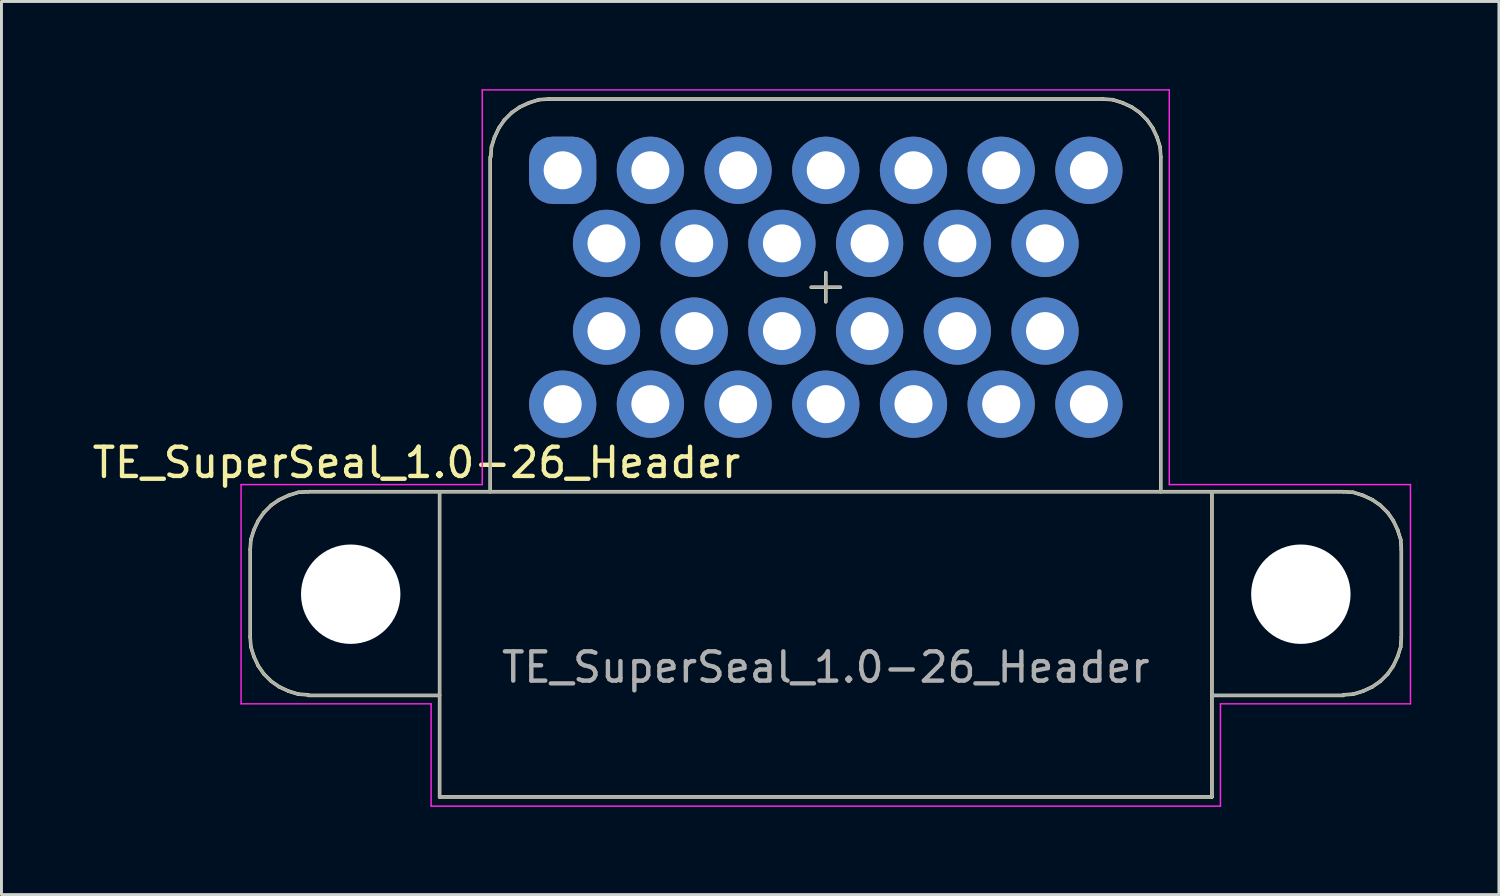
<source format=kicad_pcb>
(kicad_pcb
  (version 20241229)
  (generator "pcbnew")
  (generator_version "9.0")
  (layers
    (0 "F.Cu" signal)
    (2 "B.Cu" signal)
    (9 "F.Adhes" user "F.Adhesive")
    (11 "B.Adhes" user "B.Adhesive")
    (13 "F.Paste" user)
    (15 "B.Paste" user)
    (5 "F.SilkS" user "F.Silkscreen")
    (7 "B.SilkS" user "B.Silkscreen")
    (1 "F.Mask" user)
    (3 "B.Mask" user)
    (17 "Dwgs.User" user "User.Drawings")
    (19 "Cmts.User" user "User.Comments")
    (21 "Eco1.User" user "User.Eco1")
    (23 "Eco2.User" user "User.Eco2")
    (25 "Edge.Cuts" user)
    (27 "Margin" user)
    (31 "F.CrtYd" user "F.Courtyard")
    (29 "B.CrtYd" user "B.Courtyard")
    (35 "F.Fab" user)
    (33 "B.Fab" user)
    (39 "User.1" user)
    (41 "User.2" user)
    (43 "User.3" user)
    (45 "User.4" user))
  (footprint "TE_SuperSeal_1.0-26_Header"
    (layer "F.Cu")
    (at 16.196 2.775)
    (property "Reference" "TE_SuperSeal_1.0-26_Header" (at -5 10 0) (layer "F.SilkS") (effects (font (size 1 1) (thickness 0.15))))
    (attr through_hole)
    (fp_line (start -10.687 15.963) (end -10.687 12.973) (stroke (width 0.12) (type solid)) (layer "F.SilkS"))
    (fp_line (start -10.687 15.963) (end -10.666 16.299) (stroke (width 0.12) (type solid)) (layer "F.SilkS"))
    (fp_line (start -10.666 12.636) (end -10.687 12.973) (stroke (width 0.12) (type solid)) (layer "F.SilkS"))
    (fp_line (start -10.666 16.299) (end -10.56 16.636) (stroke (width 0.12) (type solid)) (layer "F.SilkS"))
    (fp_line (start -10.56 12.299) (end -10.666 12.636) (stroke (width 0.12) (type solid)) (layer "F.SilkS"))
    (fp_line (start -10.56 16.636) (end -10.412 16.952) (stroke (width 0.12) (type solid)) (layer "F.SilkS"))
    (fp_line (start -10.412 11.984) (end -10.56 12.299) (stroke (width 0.12) (type solid)) (layer "F.SilkS"))
    (fp_line (start -10.412 16.952) (end -10.222 17.226) (stroke (width 0.12) (type solid)) (layer "F.SilkS"))
    (fp_line (start -10.222 11.71) (end -10.412 11.984) (stroke (width 0.12) (type solid)) (layer "F.SilkS"))
    (fp_line (start -10.222 17.226) (end -9.969 17.478) (stroke (width 0.12) (type solid)) (layer "F.SilkS"))
    (fp_line (start -9.969 11.457) (end -10.222 11.71) (stroke (width 0.12) (type solid)) (layer "F.SilkS"))
    (fp_line (start -9.969 17.478) (end -9.695 17.668) (stroke (width 0.12) (type solid)) (layer "F.SilkS"))
    (fp_line (start -9.695 11.268) (end -9.969 11.457) (stroke (width 0.12) (type solid)) (layer "F.SilkS"))
    (fp_line (start -9.695 17.668) (end -9.379 17.815) (stroke (width 0.12) (type solid)) (layer "F.SilkS"))
    (fp_line (start -9.379 11.121) (end -9.695 11.268) (stroke (width 0.12) (type solid)) (layer "F.SilkS"))
    (fp_line (start -9.379 17.815) (end -9.041 17.92) (stroke (width 0.12) (type solid)) (layer "F.SilkS"))
    (fp_line (start -9.041 11.015) (end -9.379 11.121) (stroke (width 0.12) (type solid)) (layer "F.SilkS"))
    (fp_line (start -9.041 17.92) (end -8.703 17.941) (stroke (width 0.12) (type solid)) (layer "F.SilkS"))
    (fp_line (start -8.703 10.994) (end -9.041 11.015) (stroke (width 0.12) (type solid)) (layer "F.SilkS"))
    (fp_line (start -4.209 17.962) (end -8.703 17.962) (stroke (width 0.12) (type solid)) (layer "F.SilkS"))
    (fp_line (start -4.209 21.436) (end -4.209 10.994) (stroke (width 0.12) (type solid)) (layer "F.SilkS"))
    (fp_line (start -2.479 10.994) (end -2.479 -0.458) (stroke (width 0.12) (type solid)) (layer "F.SilkS"))
    (fp_line (start -2.436 -0.795) (end -2.458 -0.458) (stroke (width 0.12) (type solid)) (layer "F.SilkS"))
    (fp_line (start -2.331 -1.131) (end -2.436 -0.795) (stroke (width 0.12) (type solid)) (layer "F.SilkS"))
    (fp_line (start -2.183 -1.447) (end -2.331 -1.131) (stroke (width 0.12) (type solid)) (layer "F.SilkS"))
    (fp_line (start -1.993 -1.721) (end -2.183 -1.447) (stroke (width 0.12) (type solid)) (layer "F.SilkS"))
    (fp_line (start -1.74 -1.974) (end -1.993 -1.721) (stroke (width 0.12) (type solid)) (layer "F.SilkS"))
    (fp_line (start -1.466 -2.163) (end -1.74 -1.974) (stroke (width 0.12) (type solid)) (layer "F.SilkS"))
    (fp_line (start -1.149 -2.31) (end -1.466 -2.163) (stroke (width 0.12) (type solid)) (layer "F.SilkS"))
    (fp_line (start -0.812 -2.416) (end -1.149 -2.31) (stroke (width 0.12) (type solid)) (layer "F.SilkS"))
    (fp_line (start -0.474 -2.437) (end -0.812 -2.416) (stroke (width 0.12) (type solid)) (layer "F.SilkS"))
    (fp_line (start -0.474 -2.437) (end 18.474 -2.437) (stroke (width 0.12) (type solid)) (layer "F.SilkS"))
    (fp_line (start 8.5 4) (end 9.5 4) (stroke (width 0.12) (type solid)) (layer "F.SilkS"))
    (fp_line (start 9 4.5) (end 9 3.5) (stroke (width 0.12) (type solid)) (layer "F.SilkS"))
    (fp_line (start 18.812 -2.416) (end 18.474 -2.436) (stroke (width 0.12) (type solid)) (layer "F.SilkS"))
    (fp_line (start 19.149 -2.31) (end 18.812 -2.416) (stroke (width 0.12) (type solid)) (layer "F.SilkS"))
    (fp_line (start 19.466 -2.163) (end 19.149 -2.31) (stroke (width 0.12) (type solid)) (layer "F.SilkS"))
    (fp_line (start 19.74 -1.974) (end 19.466 -2.163) (stroke (width 0.12) (type solid)) (layer "F.SilkS"))
    (fp_line (start 19.993 -1.721) (end 19.74 -1.974) (stroke (width 0.12) (type solid)) (layer "F.SilkS"))
    (fp_line (start 20.183 -1.447) (end 19.993 -1.721) (stroke (width 0.12) (type solid)) (layer "F.SilkS"))
    (fp_line (start 20.331 -1.131) (end 20.183 -1.447) (stroke (width 0.12) (type solid)) (layer "F.SilkS"))
    (fp_line (start 20.436 -0.794) (end 20.331 -1.131) (stroke (width 0.12) (type solid)) (layer "F.SilkS"))
    (fp_line (start 20.458 -0.458) (end 20.436 -0.794) (stroke (width 0.12) (type solid)) (layer "F.SilkS"))
    (fp_line (start 20.458 10.994) (end 20.458 -0.458) (stroke (width 0.12) (type solid)) (layer "F.SilkS"))
    (fp_line (start 22.209 17.962) (end 26.703 17.962) (stroke (width 0.12) (type solid)) (layer "F.SilkS"))
    (fp_line (start 22.209 21.436) (end -4.209 21.436) (stroke (width 0.12) (type solid)) (layer "F.SilkS"))
    (fp_line (start 22.209 21.436) (end 22.209 10.994) (stroke (width 0.12) (type solid)) (layer "F.SilkS"))
    (fp_line (start 26.703 10.994) (end -8.703 10.994) (stroke (width 0.12) (type solid)) (layer "F.SilkS"))
    (fp_line (start 26.703 17.941) (end 27.041 17.92) (stroke (width 0.12) (type solid)) (layer "F.SilkS"))
    (fp_line (start 27.041 11.015) (end 26.703 10.994) (stroke (width 0.12) (type solid)) (layer "F.SilkS"))
    (fp_line (start 27.041 17.92) (end 27.379 17.815) (stroke (width 0.12) (type solid)) (layer "F.SilkS"))
    (fp_line (start 27.379 11.121) (end 27.041 11.015) (stroke (width 0.12) (type solid)) (layer "F.SilkS"))
    (fp_line (start 27.379 17.815) (end 27.695 17.668) (stroke (width 0.12) (type solid)) (layer "F.SilkS"))
    (fp_line (start 27.695 11.268) (end 27.379 11.121) (stroke (width 0.12) (type solid)) (layer "F.SilkS"))
    (fp_line (start 27.695 17.668) (end 27.969 17.478) (stroke (width 0.12) (type solid)) (layer "F.SilkS"))
    (fp_line (start 27.969 11.458) (end 27.695 11.268) (stroke (width 0.12) (type solid)) (layer "F.SilkS"))
    (fp_line (start 27.969 17.478) (end 28.222 17.226) (stroke (width 0.12) (type solid)) (layer "F.SilkS"))
    (fp_line (start 28.222 11.71) (end 27.969 11.458) (stroke (width 0.12) (type solid)) (layer "F.SilkS"))
    (fp_line (start 28.222 17.226) (end 28.412 16.952) (stroke (width 0.12) (type solid)) (layer "F.SilkS"))
    (fp_line (start 28.412 11.984) (end 28.222 11.71) (stroke (width 0.12) (type solid)) (layer "F.SilkS"))
    (fp_line (start 28.412 16.952) (end 28.56 16.636) (stroke (width 0.12) (type solid)) (layer "F.SilkS"))
    (fp_line (start 28.56 12.299) (end 28.412 11.984) (stroke (width 0.12) (type solid)) (layer "F.SilkS"))
    (fp_line (start 28.56 16.636) (end 28.666 16.3) (stroke (width 0.12) (type solid)) (layer "F.SilkS"))
    (fp_line (start 28.666 12.636) (end 28.56 12.299) (stroke (width 0.12) (type solid)) (layer "F.SilkS"))
    (fp_line (start 28.666 16.3) (end 28.687 15.963) (stroke (width 0.12) (type solid)) (layer "F.SilkS"))
    (fp_line (start 28.687 12.973) (end 28.666 12.636) (stroke (width 0.12) (type solid)) (layer "F.SilkS"))
    (fp_line (start 28.687 15.963) (end 28.687 12.973) (stroke (width 0.12) (type solid)) (layer "F.SilkS"))
    (fp_line (start -11 10.75) (end -11 18.25) (stroke (width 0.05) (type solid)) (layer "F.CrtYd"))
    (fp_line (start -11 18.25) (end -4.5 18.25) (stroke (width 0.05) (type solid)) (layer "F.CrtYd"))
    (fp_line (start -4.5 18.25) (end -4.5 21.75) (stroke (width 0.05) (type solid)) (layer "F.CrtYd"))
    (fp_line (start -4.5 21.75) (end 22.5 21.75) (stroke (width 0.05) (type solid)) (layer "F.CrtYd"))
    (fp_line (start -2.75 -2.75) (end -2.75 10.75) (stroke (width 0.05) (type solid)) (layer "F.CrtYd"))
    (fp_line (start -2.75 10.75) (end -11 10.75) (stroke (width 0.05) (type solid)) (layer "F.CrtYd"))
    (fp_line (start 20.75 -2.75) (end -2.75 -2.75) (stroke (width 0.05) (type solid)) (layer "F.CrtYd"))
    (fp_line (start 20.75 10.75) (end 20.75 -2.75) (stroke (width 0.05) (type solid)) (layer "F.CrtYd"))
    (fp_line (start 22.5 18.25) (end 29 18.25) (stroke (width 0.05) (type solid)) (layer "F.CrtYd"))
    (fp_line (start 22.5 21.75) (end 22.5 18.25) (stroke (width 0.05) (type solid)) (layer "F.CrtYd"))
    (fp_line (start 29 10.75) (end 20.75 10.75) (stroke (width 0.05) (type solid)) (layer "F.CrtYd"))
    (fp_line (start 29 18.25) (end 29 10.75) (stroke (width 0.05) (type solid)) (layer "F.CrtYd"))
    (fp_line (start -10.687 15.963) (end -10.687 12.973) (stroke (width 0.1) (type solid)) (layer "F.Fab"))
    (fp_line (start -10.687 15.963) (end -10.666 16.299) (stroke (width 0.1) (type solid)) (layer "F.Fab"))
    (fp_line (start -10.666 12.636) (end -10.687 12.973) (stroke (width 0.1) (type solid)) (layer "F.Fab"))
    (fp_line (start -10.666 16.299) (end -10.56 16.636) (stroke (width 0.1) (type solid)) (layer "F.Fab"))
    (fp_line (start -10.56 12.299) (end -10.666 12.636) (stroke (width 0.1) (type solid)) (layer "F.Fab"))
    (fp_line (start -10.56 16.636) (end -10.412 16.952) (stroke (width 0.1) (type solid)) (layer "F.Fab"))
    (fp_line (start -10.412 11.984) (end -10.56 12.299) (stroke (width 0.1) (type solid)) (layer "F.Fab"))
    (fp_line (start -10.412 16.952) (end -10.222 17.226) (stroke (width 0.1) (type solid)) (layer "F.Fab"))
    (fp_line (start -10.222 11.71) (end -10.412 11.984) (stroke (width 0.1) (type solid)) (layer "F.Fab"))
    (fp_line (start -10.222 17.226) (end -9.969 17.478) (stroke (width 0.1) (type solid)) (layer "F.Fab"))
    (fp_line (start -9.969 11.457) (end -10.222 11.71) (stroke (width 0.1) (type solid)) (layer "F.Fab"))
    (fp_line (start -9.969 17.478) (end -9.695 17.668) (stroke (width 0.1) (type solid)) (layer "F.Fab"))
    (fp_line (start -9.695 11.268) (end -9.969 11.457) (stroke (width 0.1) (type solid)) (layer "F.Fab"))
    (fp_line (start -9.695 17.668) (end -9.379 17.815) (stroke (width 0.1) (type solid)) (layer "F.Fab"))
    (fp_line (start -9.379 11.121) (end -9.695 11.268) (stroke (width 0.1) (type solid)) (layer "F.Fab"))
    (fp_line (start -9.379 17.815) (end -9.041 17.92) (stroke (width 0.1) (type solid)) (layer "F.Fab"))
    (fp_line (start -9.041 11.015) (end -9.379 11.121) (stroke (width 0.1) (type solid)) (layer "F.Fab"))
    (fp_line (start -9.041 17.92) (end -8.703 17.941) (stroke (width 0.1) (type solid)) (layer "F.Fab"))
    (fp_line (start -8.703 10.994) (end -9.041 11.015) (stroke (width 0.1) (type solid)) (layer "F.Fab"))
    (fp_line (start -4.209 17.962) (end -8.703 17.962) (stroke (width 0.1) (type solid)) (layer "F.Fab"))
    (fp_line (start -4.209 21.436) (end -4.209 10.994) (stroke (width 0.1) (type solid)) (layer "F.Fab"))
    (fp_line (start -2.479 10.994) (end -2.479 -0.458) (stroke (width 0.1) (type solid)) (layer "F.Fab"))
    (fp_line (start -2.436 -0.795) (end -2.458 -0.458) (stroke (width 0.1) (type solid)) (layer "F.Fab"))
    (fp_line (start -2.331 -1.131) (end -2.436 -0.795) (stroke (width 0.1) (type solid)) (layer "F.Fab"))
    (fp_line (start -2.183 -1.447) (end -2.331 -1.131) (stroke (width 0.1) (type solid)) (layer "F.Fab"))
    (fp_line (start -1.993 -1.721) (end -2.183 -1.447) (stroke (width 0.1) (type solid)) (layer "F.Fab"))
    (fp_line (start -1.74 -1.974) (end -1.993 -1.721) (stroke (width 0.1) (type solid)) (layer "F.Fab"))
    (fp_line (start -1.466 -2.163) (end -1.74 -1.974) (stroke (width 0.1) (type solid)) (layer "F.Fab"))
    (fp_line (start -1.149 -2.31) (end -1.466 -2.163) (stroke (width 0.1) (type solid)) (layer "F.Fab"))
    (fp_line (start -0.812 -2.416) (end -1.149 -2.31) (stroke (width 0.1) (type solid)) (layer "F.Fab"))
    (fp_line (start -0.474 -2.437) (end -0.812 -2.416) (stroke (width 0.1) (type solid)) (layer "F.Fab"))
    (fp_line (start -0.474 -2.437) (end 18.474 -2.437) (stroke (width 0.1) (type solid)) (layer "F.Fab"))
    (fp_line (start 8.5 4) (end 9.5 4) (stroke (width 0.1) (type solid)) (layer "F.Fab"))
    (fp_line (start 9 4.5) (end 9 3.5) (stroke (width 0.1) (type solid)) (layer "F.Fab"))
    (fp_line (start 18.812 -2.416) (end 18.474 -2.436) (stroke (width 0.1) (type solid)) (layer "F.Fab"))
    (fp_line (start 19.149 -2.31) (end 18.812 -2.416) (stroke (width 0.1) (type solid)) (layer "F.Fab"))
    (fp_line (start 19.466 -2.163) (end 19.149 -2.31) (stroke (width 0.1) (type solid)) (layer "F.Fab"))
    (fp_line (start 19.74 -1.974) (end 19.466 -2.163) (stroke (width 0.1) (type solid)) (layer "F.Fab"))
    (fp_line (start 19.993 -1.721) (end 19.74 -1.974) (stroke (width 0.1) (type solid)) (layer "F.Fab"))
    (fp_line (start 20.183 -1.447) (end 19.993 -1.721) (stroke (width 0.1) (type solid)) (layer "F.Fab"))
    (fp_line (start 20.331 -1.131) (end 20.183 -1.447) (stroke (width 0.1) (type solid)) (layer "F.Fab"))
    (fp_line (start 20.436 -0.794) (end 20.331 -1.131) (stroke (width 0.1) (type solid)) (layer "F.Fab"))
    (fp_line (start 20.458 -0.458) (end 20.436 -0.794) (stroke (width 0.1) (type solid)) (layer "F.Fab"))
    (fp_line (start 20.458 10.994) (end 20.458 -0.458) (stroke (width 0.1) (type solid)) (layer "F.Fab"))
    (fp_line (start 22.209 17.962) (end 26.703 17.962) (stroke (width 0.1) (type solid)) (layer "F.Fab"))
    (fp_line (start 22.209 21.436) (end -4.209 21.436) (stroke (width 0.1) (type solid)) (layer "F.Fab"))
    (fp_line (start 22.209 21.436) (end 22.209 10.994) (stroke (width 0.1) (type solid)) (layer "F.Fab"))
    (fp_line (start 26.703 10.994) (end -8.703 10.994) (stroke (width 0.1) (type solid)) (layer "F.Fab"))
    (fp_line (start 26.703 17.941) (end 27.041 17.92) (stroke (width 0.1) (type solid)) (layer "F.Fab"))
    (fp_line (start 27.041 11.015) (end 26.703 10.994) (stroke (width 0.1) (type solid)) (layer "F.Fab"))
    (fp_line (start 27.041 17.92) (end 27.379 17.815) (stroke (width 0.1) (type solid)) (layer "F.Fab"))
    (fp_line (start 27.379 11.121) (end 27.041 11.015) (stroke (width 0.1) (type solid)) (layer "F.Fab"))
    (fp_line (start 27.379 17.815) (end 27.695 17.668) (stroke (width 0.1) (type solid)) (layer "F.Fab"))
    (fp_line (start 27.695 11.268) (end 27.379 11.121) (stroke (width 0.1) (type solid)) (layer "F.Fab"))
    (fp_line (start 27.695 17.668) (end 27.969 17.478) (stroke (width 0.1) (type solid)) (layer "F.Fab"))
    (fp_line (start 27.969 11.458) (end 27.695 11.268) (stroke (width 0.1) (type solid)) (layer "F.Fab"))
    (fp_line (start 27.969 17.478) (end 28.222 17.226) (stroke (width 0.1) (type solid)) (layer "F.Fab"))
    (fp_line (start 28.222 11.71) (end 27.969 11.458) (stroke (width 0.1) (type solid)) (layer "F.Fab"))
    (fp_line (start 28.222 17.226) (end 28.412 16.952) (stroke (width 0.1) (type solid)) (layer "F.Fab"))
    (fp_line (start 28.412 11.984) (end 28.222 11.71) (stroke (width 0.1) (type solid)) (layer "F.Fab"))
    (fp_line (start 28.412 16.952) (end 28.56 16.636) (stroke (width 0.1) (type solid)) (layer "F.Fab"))
    (fp_line (start 28.56 12.299) (end 28.412 11.984) (stroke (width 0.1) (type solid)) (layer "F.Fab"))
    (fp_line (start 28.56 16.636) (end 28.666 16.3) (stroke (width 0.1) (type solid)) (layer "F.Fab"))
    (fp_line (start 28.666 12.636) (end 28.56 12.299) (stroke (width 0.1) (type solid)) (layer "F.Fab"))
    (fp_line (start 28.666 16.3) (end 28.687 15.963) (stroke (width 0.1) (type solid)) (layer "F.Fab"))
    (fp_line (start 28.687 12.973) (end 28.666 12.636) (stroke (width 0.1) (type solid)) (layer "F.Fab"))
    (fp_line (start 28.687 15.963) (end 28.687 12.973) (stroke (width 0.1) (type solid)) (layer "F.Fab"))
    (fp_text user "${REFERENCE}" (at 9 17 0) (layer "F.Fab") (effects (font (size 1 1) (thickness 0.15))))
    (pad "" np_thru_hole circle (at -7.25 14.5) (size 3.4 3.4) (drill 3.4) (layers "*.Cu" "*.Mask"))
    (pad "" np_thru_hole circle (at 25.25 14.5) (size 3.4 3.4) (drill 3.4) (layers "*.Cu" "*.Mask"))
    (pad "1" thru_hole roundrect (at 0 0 180) (size 2.3 2.3) (drill 1.3) (layers "*.Cu" "*.Mask") (roundrect_rratio 0.35))
    (pad "2" thru_hole circle (at 3 0 180) (size 2.3 2.3) (drill 1.3) (layers "*.Cu" "*.Mask"))
    (pad "3" thru_hole circle (at 6 0 180) (size 2.3 2.3) (drill 1.3) (layers "*.Cu" "*.Mask"))
    (pad "4" thru_hole circle (at 9 0 180) (size 2.3 2.3) (drill 1.3) (layers "*.Cu" "*.Mask"))
    (pad "5" thru_hole circle (at 12 0 180) (size 2.3 2.3) (drill 1.3) (layers "*.Cu" "*.Mask"))
    (pad "6" thru_hole circle (at 15 0 180) (size 2.3 2.3) (drill 1.3) (layers "*.Cu" "*.Mask"))
    (pad "7" thru_hole circle (at 18 0 180) (size 2.3 2.3) (drill 1.3) (layers "*.Cu" "*.Mask"))
    (pad "8" thru_hole circle (at 1.5 2.5 180) (size 2.3 2.3) (drill 1.3) (layers "*.Cu" "*.Mask"))
    (pad "9" thru_hole circle (at 4.5 2.5 180) (size 2.3 2.3) (drill 1.3) (layers "*.Cu" "*.Mask"))
    (pad "10" thru_hole circle (at 7.5 2.5 180) (size 2.3 2.3) (drill 1.3) (layers "*.Cu" "*.Mask"))
    (pad "11" thru_hole circle (at 10.5 2.5 180) (size 2.3 2.3) (drill 1.3) (layers "*.Cu" "*.Mask"))
    (pad "12" thru_hole circle (at 13.5 2.5 180) (size 2.3 2.3) (drill 1.3) (layers "*.Cu" "*.Mask"))
    (pad "13" thru_hole circle (at 16.5 2.5 180) (size 2.3 2.3) (drill 1.3) (layers "*.Cu" "*.Mask"))
    (pad "14" thru_hole circle (at 1.5 5.5) (size 2.3 2.3) (drill 1.3) (layers "*.Cu" "*.Mask"))
    (pad "15" thru_hole circle (at 4.5 5.5) (size 2.3 2.3) (drill 1.3) (layers "*.Cu" "*.Mask"))
    (pad "16" thru_hole circle (at 7.5 5.5) (size 2.3 2.3) (drill 1.3) (layers "*.Cu" "*.Mask"))
    (pad "17" thru_hole circle (at 10.5 5.5) (size 2.3 2.3) (drill 1.3) (layers "*.Cu" "*.Mask"))
    (pad "18" thru_hole circle (at 13.5 5.5) (size 2.3 2.3) (drill 1.3) (layers "*.Cu" "*.Mask"))
    (pad "19" thru_hole circle (at 16.5 5.5) (size 2.3 2.3) (drill 1.3) (layers "*.Cu" "*.Mask"))
    (pad "20" thru_hole circle (at 0 8) (size 2.3 2.3) (drill 1.3) (layers "*.Cu" "*.Mask"))
    (pad "21" thru_hole circle (at 3 8) (size 2.3 2.3) (drill 1.3) (layers "*.Cu" "*.Mask"))
    (pad "22" thru_hole circle (at 6 8) (size 2.3 2.3) (drill 1.3) (layers "*.Cu" "*.Mask"))
    (pad "23" thru_hole circle (at 9 8) (size 2.3 2.3) (drill 1.3) (layers "*.Cu" "*.Mask"))
    (pad "24" thru_hole circle (at 12 8) (size 2.3 2.3) (drill 1.3) (layers "*.Cu" "*.Mask"))
    (pad "25" thru_hole circle (at 15 8) (size 2.3 2.3) (drill 1.3) (layers "*.Cu" "*.Mask"))
    (pad "26" thru_hole circle (at 18 8) (size 2.3 2.3) (drill 1.3) (layers "*.Cu" "*.Mask")))
  (gr_rect
    (start -3 -3)
    (end 48.221 27.55)
    (stroke (width 0.1) (type default))
    (fill no)
    (layer "Edge.Cuts")))
</source>
